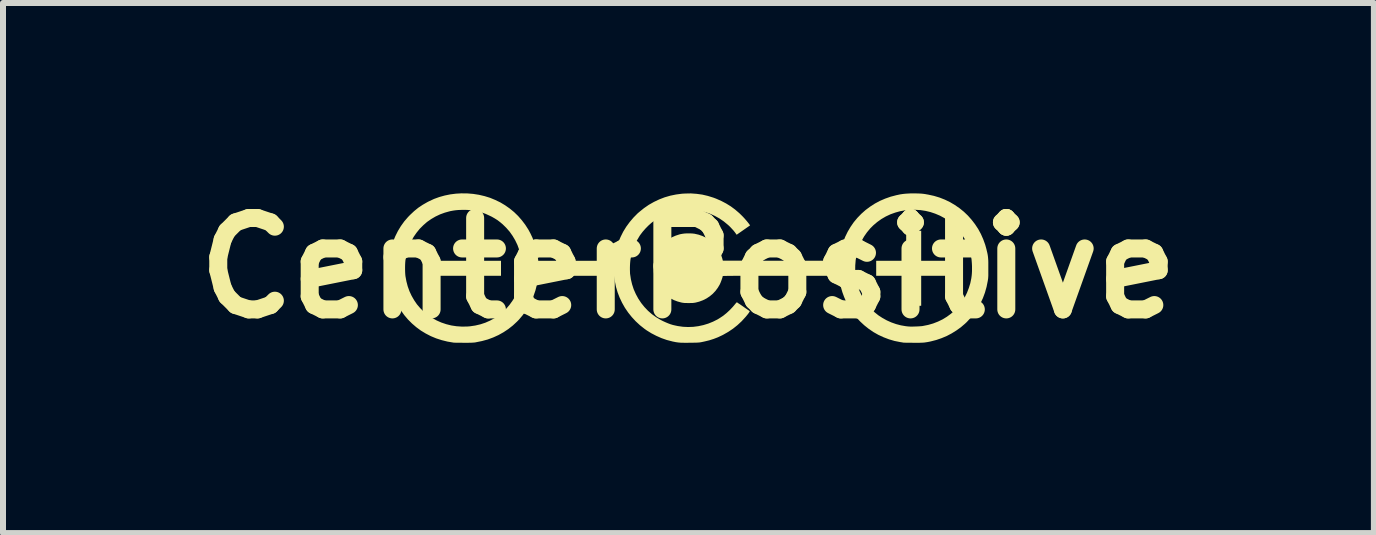
<source format=kicad_pcb>
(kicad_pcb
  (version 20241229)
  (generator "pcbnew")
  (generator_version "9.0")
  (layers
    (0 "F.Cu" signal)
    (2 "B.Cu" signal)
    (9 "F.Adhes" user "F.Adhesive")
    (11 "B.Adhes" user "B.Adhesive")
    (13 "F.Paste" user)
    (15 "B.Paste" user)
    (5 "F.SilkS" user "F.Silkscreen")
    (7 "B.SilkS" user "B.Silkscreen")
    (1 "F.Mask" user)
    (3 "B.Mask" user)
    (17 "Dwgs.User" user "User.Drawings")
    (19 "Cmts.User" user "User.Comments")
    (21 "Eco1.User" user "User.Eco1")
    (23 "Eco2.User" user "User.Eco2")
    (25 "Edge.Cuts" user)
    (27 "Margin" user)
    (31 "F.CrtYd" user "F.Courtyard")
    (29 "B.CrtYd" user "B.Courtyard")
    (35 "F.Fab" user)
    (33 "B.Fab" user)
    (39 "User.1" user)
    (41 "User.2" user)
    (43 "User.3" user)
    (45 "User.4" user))
  (footprint "CenterPositive"
    (layer "F.Cu")
    (at 8.426 1.418)
    (property "Reference" "CenterPositive" (at 0 0 0) (layer "F.SilkS") (effects (font (size 1.524 1.524) (thickness 0.3))))
    (attr board_only exclude_from_pos_files exclude_from_bom)
    (fp_poly (pts (xy -3.125 0.129) (xy -4.375 0.129) (xy -4.375 -0.121) (xy -3.125 -0.121)) (stroke (width 0) (type solid)) (fill yes) (layer "F.SilkS"))
    (fp_poly (pts (xy 3.879 -0.121) (xy 4.379 -0.121) (xy 4.379 0.129) (xy 3.879 0.129) (xy 3.879 0.629) (xy 3.629 0.629) (xy 3.629 0.129) (xy 3.129 0.129) (xy 3.129 -0.121) (xy 3.629 -0.121) (xy 3.629 -0.621) (xy 3.879 -0.621)) (stroke (width 0) (type solid)) (fill yes) (layer "F.SilkS"))
    (fp_poly (pts (xy 3.792 -1.244) (xy 3.827 -1.243) (xy 3.859 -1.242) (xy 3.888 -1.24) (xy 3.916 -1.237) (xy 3.945 -1.233) (xy 3.978 -1.227) (xy 3.996 -1.224) (xy 4.092 -1.203) (xy 4.185 -1.175) (xy 4.274 -1.14) (xy 4.359 -1.099) (xy 4.44 -1.051) (xy 4.517 -0.998) (xy 4.59 -0.939) (xy 4.658 -0.874) (xy 4.72 -0.804) (xy 4.777 -0.73) (xy 4.829 -0.651) (xy 4.874 -0.568) (xy 4.913 -0.48) (xy 4.946 -0.389) (xy 4.967 -0.313) (xy 4.974 -0.282) (xy 4.981 -0.254) (xy 4.986 -0.229) (xy 4.99 -0.205) (xy 4.993 -0.181) (xy 4.995 -0.156) (xy 4.997 -0.129) (xy 4.998 -0.098) (xy 4.998 -0.062) (xy 4.998 -0.02) (xy 4.998 0.004) (xy 4.998 0.043) (xy 4.998 0.076) (xy 4.998 0.103) (xy 4.998 0.125) (xy 4.997 0.143) (xy 4.996 0.159) (xy 4.995 0.173) (xy 4.993 0.186) (xy 4.991 0.199) (xy 4.989 0.213) (xy 4.969 0.313) (xy 4.942 0.409) (xy 4.908 0.501) (xy 4.867 0.589) (xy 4.82 0.673) (xy 4.766 0.753) (xy 4.705 0.829) (xy 4.638 0.901) (xy 4.608 0.929) (xy 4.539 0.988) (xy 4.465 1.041) (xy 4.386 1.09) (xy 4.304 1.133) (xy 4.218 1.169) (xy 4.131 1.199) (xy 4.042 1.222) (xy 4.024 1.226) (xy 3.999 1.231) (xy 3.977 1.235) (xy 3.956 1.238) (xy 3.937 1.241) (xy 3.916 1.243) (xy 3.894 1.244) (xy 3.87 1.245) (xy 3.841 1.246) (xy 3.808 1.246) (xy 3.768 1.246) (xy 3.749 1.246) (xy 3.715 1.245) (xy 3.683 1.245) (xy 3.654 1.245) (xy 3.629 1.245) (xy 3.609 1.244) (xy 3.595 1.244) (xy 3.587 1.244) (xy 3.586 1.244) (xy 3.579 1.242) (xy 3.565 1.24) (xy 3.548 1.237) (xy 3.529 1.234) (xy 3.434 1.215) (xy 3.342 1.188) (xy 3.253 1.154) (xy 3.166 1.114) (xy 3.083 1.067) (xy 3.004 1.013) (xy 2.93 0.954) (xy 2.86 0.889) (xy 2.795 0.819) (xy 2.736 0.743) (xy 2.714 0.711) (xy 2.669 0.64) (xy 2.63 0.564) (xy 2.595 0.484) (xy 2.565 0.402) (xy 2.541 0.319) (xy 2.523 0.237) (xy 2.514 0.17) (xy 2.512 0.156) (xy 2.511 0.143) (xy 2.51 0.138) (xy 2.508 0.129) (xy 1.539 0.129) (xy 1.436 0.129) (xy 1.341 0.129) (xy 1.253 0.129) (xy 1.172 0.129) (xy 1.098 0.129) (xy 1.03 0.129) (xy 0.968 0.129) (xy 0.912 0.129) (xy 0.862 0.129) (xy 0.816 0.129) (xy 0.776 0.129) (xy 0.74 0.13) (xy 0.709 0.13) (xy 0.682 0.13) (xy 0.659 0.13) (xy 0.639 0.131) (xy 0.622 0.131) (xy 0.608 0.131) (xy 0.597 0.132) (xy 0.589 0.132) (xy 0.582 0.133) (xy 0.577 0.133) (xy 0.574 0.134) (xy 0.572 0.134) (xy 0.571 0.135) (xy 0.57 0.136) (xy 0.57 0.137) (xy 0.57 0.137) (xy 0.569 0.145) (xy 0.565 0.16) (xy 0.559 0.178) (xy 0.552 0.199) (xy 0.544 0.22) (xy 0.536 0.241) (xy 0.528 0.259) (xy 0.524 0.269) (xy 0.49 0.327) (xy 0.451 0.38) (xy 0.406 0.428) (xy 0.356 0.47) (xy 0.302 0.506) (xy 0.243 0.536) (xy 0.179 0.56) (xy 0.121 0.575) (xy 0.105 0.578) (xy 0.09 0.58) (xy 0.074 0.582) (xy 0.055 0.583) (xy 0.033 0.583) (xy 0.004 0.584) (xy 0.002 0.584) (xy -0.027 0.583) (xy -0.05 0.583) (xy -0.069 0.582) (xy -0.085 0.58) (xy -0.1 0.578) (xy -0.116 0.575) (xy -0.117 0.575) (xy -0.183 0.557) (xy -0.244 0.534) (xy -0.3 0.506) (xy -0.352 0.471) (xy -0.4 0.429) (xy -0.404 0.426) (xy -0.449 0.377) (xy -0.488 0.324) (xy -0.52 0.268) (xy -0.546 0.208) (xy -0.565 0.143) (xy -0.571 0.115) (xy -0.576 0.085) (xy -0.579 0.049) (xy -0.579 0.042) (xy 2.779 0.042) (xy 2.786 0.13) (xy 2.788 0.14) (xy 2.803 0.226) (xy 2.825 0.309) (xy 2.854 0.39) (xy 2.891 0.467) (xy 2.934 0.541) (xy 2.983 0.611) (xy 3.039 0.676) (xy 3.043 0.68) (xy 3.101 0.736) (xy 3.164 0.787) (xy 3.233 0.832) (xy 3.305 0.872) (xy 3.381 0.906) (xy 3.46 0.934) (xy 3.54 0.955) (xy 3.621 0.969) (xy 3.621 0.969) (xy 3.639 0.971) (xy 3.655 0.973) (xy 3.666 0.974) (xy 3.668 0.974) (xy 3.684 0.975) (xy 3.705 0.976) (xy 3.732 0.976) (xy 3.761 0.975) (xy 3.792 0.974) (xy 3.823 0.973) (xy 3.853 0.971) (xy 3.879 0.969) (xy 3.901 0.967) (xy 3.91 0.965) (xy 3.995 0.948) (xy 4.078 0.924) (xy 4.158 0.893) (xy 4.235 0.856) (xy 4.307 0.812) (xy 4.375 0.762) (xy 4.438 0.706) (xy 4.497 0.644) (xy 4.514 0.623) (xy 4.563 0.557) (xy 4.606 0.486) (xy 4.643 0.411) (xy 4.673 0.333) (xy 4.698 0.252) (xy 4.715 0.169) (xy 4.721 0.123) (xy 4.724 0.089) (xy 4.726 0.051) (xy 4.726 0.01) (xy 4.726 -0.033) (xy 4.724 -0.075) (xy 4.721 -0.114) (xy 4.718 -0.148) (xy 4.715 -0.164) (xy 4.697 -0.251) (xy 4.671 -0.335) (xy 4.639 -0.415) (xy 4.601 -0.491) (xy 4.555 -0.562) (xy 4.504 -0.63) (xy 4.464 -0.674) (xy 4.402 -0.733) (xy 4.336 -0.786) (xy 4.266 -0.833) (xy 4.192 -0.873) (xy 4.114 -0.906) (xy 4.034 -0.933) (xy 3.951 -0.953) (xy 3.866 -0.966) (xy 3.779 -0.971) (xy 3.691 -0.97) (xy 3.617 -0.963) (xy 3.531 -0.948) (xy 3.448 -0.925) (xy 3.367 -0.896) (xy 3.29 -0.86) (xy 3.216 -0.817) (xy 3.147 -0.768) (xy 3.082 -0.713) (xy 3.029 -0.66) (xy 2.975 -0.595) (xy 2.927 -0.526) (xy 2.886 -0.453) (xy 2.851 -0.377) (xy 2.823 -0.298) (xy 2.802 -0.216) (xy 2.787 -0.131) (xy 2.78 -0.045) (xy 2.779 0.042) (xy -0.579 0.042) (xy -0.58 0.01) (xy -0.58 -0.028) (xy -0.578 -0.065) (xy -0.574 -0.097) (xy -0.573 -0.102) (xy -0.557 -0.169) (xy -0.534 -0.232) (xy -0.506 -0.291) (xy -0.471 -0.346) (xy -0.43 -0.395) (xy -0.383 -0.44) (xy -0.332 -0.479) (xy -0.275 -0.513) (xy -0.214 -0.54) (xy -0.149 -0.561) (xy -0.133 -0.565) (xy -0.1 -0.571) (xy -0.061 -0.576) (xy -0.019 -0.578) (xy 0.023 -0.578) (xy 0.063 -0.576) (xy 0.1 -0.572) (xy 0.105 -0.571) (xy 0.17 -0.556) (xy 0.233 -0.534) (xy 0.291 -0.506) (xy 0.346 -0.472) (xy 0.396 -0.432) (xy 0.441 -0.387) (xy 0.48 -0.337) (xy 0.514 -0.282) (xy 0.542 -0.224) (xy 0.563 -0.161) (xy 0.564 -0.156) (xy 0.573 -0.123) (xy 1.54 -0.122) (xy 1.643 -0.122) (xy 1.738 -0.122) (xy 1.826 -0.122) (xy 1.907 -0.122) (xy 1.982 -0.122) (xy 2.05 -0.122) (xy 2.112 -0.122) (xy 2.168 -0.122) (xy 2.218 -0.122) (xy 2.263 -0.122) (xy 2.304 -0.122) (xy 2.34 -0.122) (xy 2.371 -0.122) (xy 2.398 -0.122) (xy 2.421 -0.123) (xy 2.441 -0.123) (xy 2.458 -0.123) (xy 2.472 -0.124) (xy 2.483 -0.124) (xy 2.491 -0.124) (xy 2.498 -0.125) (xy 2.503 -0.125) (xy 2.506 -0.126) (xy 2.508 -0.127) (xy 2.509 -0.127) (xy 2.509 -0.128) (xy 2.511 -0.135) (xy 2.512 -0.147) (xy 2.514 -0.162) (xy 2.52 -0.208) (xy 2.529 -0.258) (xy 2.541 -0.311) (xy 2.556 -0.366) (xy 2.573 -0.419) (xy 2.577 -0.43) (xy 2.612 -0.52) (xy 2.654 -0.606) (xy 2.702 -0.687) (xy 2.756 -0.765) (xy 2.816 -0.837) (xy 2.881 -0.904) (xy 2.952 -0.967) (xy 3.027 -1.023) (xy 3.106 -1.074) (xy 3.19 -1.119) (xy 3.278 -1.157) (xy 3.369 -1.189) (xy 3.464 -1.214) (xy 3.492 -1.22) (xy 3.529 -1.228) (xy 3.563 -1.233) (xy 3.595 -1.237) (xy 3.628 -1.24) (xy 3.662 -1.242) (xy 3.701 -1.244) (xy 3.745 -1.244) (xy 3.75 -1.244)) (stroke (width 0) (type solid)) (fill yes) (layer "F.SilkS"))
    (fp_poly (pts (xy -3.687 -1.244) (xy -3.589 -1.236) (xy -3.493 -1.221) (xy -3.399 -1.199) (xy -3.308 -1.171) (xy -3.221 -1.135) (xy -3.136 -1.094) (xy -3.056 -1.046) (xy -2.979 -0.992) (xy -2.907 -0.933) (xy -2.84 -0.868) (xy -2.778 -0.797) (xy -2.721 -0.722) (xy -2.669 -0.641) (xy -2.635 -0.578) (xy -2.6 -0.504) (xy -2.571 -0.428) (xy -2.547 -0.35) (xy -2.527 -0.268) (xy -2.512 -0.182) (xy -2.506 -0.14) (xy -2.504 -0.121) (xy -1.243 -0.121) (xy -1.241 -0.134) (xy -1.232 -0.19) (xy -1.223 -0.24) (xy -1.213 -0.284) (xy -1.203 -0.325) (xy -1.192 -0.364) (xy -1.179 -0.403) (xy -1.17 -0.427) (xy -1.132 -0.518) (xy -1.088 -0.606) (xy -1.037 -0.689) (xy -0.979 -0.768) (xy -0.916 -0.842) (xy -0.848 -0.911) (xy -0.82 -0.935) (xy -0.742 -0.998) (xy -0.661 -1.054) (xy -0.576 -1.102) (xy -0.488 -1.144) (xy -0.397 -1.179) (xy -0.304 -1.206) (xy -0.207 -1.226) (xy -0.108 -1.239) (xy -0.057 -1.242) (xy 0.04 -1.244) (xy 0.136 -1.237) (xy 0.231 -1.224) (xy 0.324 -1.202) (xy 0.417 -1.173) (xy 0.462 -1.156) (xy 0.548 -1.118) (xy 0.628 -1.076) (xy 0.704 -1.029) (xy 0.776 -0.976) (xy 0.846 -0.916) (xy 0.878 -0.885) (xy 0.905 -0.858) (xy 0.933 -0.828) (xy 0.961 -0.796) (xy 0.986 -0.766) (xy 1.008 -0.738) (xy 1.011 -0.734) (xy 1.027 -0.711) (xy 0.915 -0.633) (xy 0.803 -0.555) (xy 0.786 -0.579) (xy 0.77 -0.601) (xy 0.749 -0.627) (xy 0.725 -0.653) (xy 0.7 -0.68) (xy 0.676 -0.704) (xy 0.658 -0.72) (xy 0.589 -0.777) (xy 0.516 -0.827) (xy 0.44 -0.869) (xy 0.36 -0.905) (xy 0.277 -0.933) (xy 0.191 -0.955) (xy 0.141 -0.964) (xy 0.116 -0.967) (xy 0.086 -0.969) (xy 0.051 -0.97) (xy 0.015 -0.971) (xy -0.022 -0.971) (xy -0.058 -0.97) (xy -0.091 -0.968) (xy -0.119 -0.966) (xy -0.136 -0.964) (xy -0.224 -0.946) (xy -0.307 -0.923) (xy -0.385 -0.893) (xy -0.46 -0.857) (xy -0.489 -0.841) (xy -0.518 -0.824) (xy -0.542 -0.809) (xy -0.564 -0.794) (xy -0.586 -0.777) (xy -0.611 -0.758) (xy -0.62 -0.751) (xy -0.67 -0.706) (xy -0.719 -0.656) (xy -0.765 -0.603) (xy -0.805 -0.55) (xy -0.815 -0.535) (xy -0.86 -0.459) (xy -0.898 -0.38) (xy -0.929 -0.298) (xy -0.953 -0.213) (xy -0.967 -0.141) (xy -0.97 -0.114) (xy -0.973 -0.081) (xy -0.975 -0.045) (xy -0.976 -0.008) (xy -0.976 0.029) (xy -0.975 0.063) (xy -0.974 0.092) (xy -0.973 0.1) (xy -0.96 0.187) (xy -0.94 0.271) (xy -0.913 0.354) (xy -0.878 0.433) (xy -0.837 0.509) (xy -0.837 0.509) (xy -0.788 0.583) (xy -0.734 0.65) (xy -0.675 0.712) (xy -0.611 0.768) (xy -0.542 0.818) (xy -0.468 0.862) (xy -0.428 0.883) (xy -0.382 0.904) (xy -0.339 0.922) (xy -0.299 0.937) (xy -0.259 0.949) (xy -0.215 0.959) (xy -0.177 0.967) (xy -0.092 0.979) (xy -0.007 0.983) (xy 0.079 0.98) (xy 0.164 0.969) (xy 0.248 0.951) (xy 0.33 0.926) (xy 0.409 0.894) (xy 0.485 0.856) (xy 0.519 0.835) (xy 0.578 0.796) (xy 0.635 0.75) (xy 0.69 0.699) (xy 0.74 0.646) (xy 0.767 0.614) (xy 0.78 0.598) (xy 0.791 0.585) (xy 0.8 0.576) (xy 0.805 0.571) (xy 0.806 0.57) (xy 0.809 0.572) (xy 0.819 0.578) (xy 0.832 0.588) (xy 0.85 0.599) (xy 0.87 0.613) (xy 0.892 0.628) (xy 0.915 0.644) (xy 0.937 0.66) (xy 0.959 0.675) (xy 0.979 0.689) (xy 0.996 0.701) (xy 1.01 0.71) (xy 1.018 0.717) (xy 1.021 0.719) (xy 1.021 0.724) (xy 1.015 0.733) (xy 1.006 0.747) (xy 0.993 0.765) (xy 0.976 0.786) (xy 0.957 0.809) (xy 0.951 0.816) (xy 0.886 0.887) (xy 0.816 0.952) (xy 0.742 1.011) (xy 0.663 1.064) (xy 0.577 1.113) (xy 0.561 1.121) (xy 0.491 1.154) (xy 0.421 1.181) (xy 0.346 1.205) (xy 0.267 1.224) (xy 0.225 1.233) (xy 0.21 1.236) (xy 0.198 1.238) (xy 0.185 1.24) (xy 0.173 1.241) (xy 0.158 1.242) (xy 0.142 1.243) (xy 0.121 1.244) (xy 0.097 1.244) (xy 0.066 1.245) (xy 0.03 1.245) (xy 0.02 1.245) (xy -0.025 1.246) (xy -0.062 1.246) (xy -0.094 1.245) (xy -0.122 1.245) (xy -0.146 1.243) (xy -0.169 1.241) (xy -0.19 1.238) (xy -0.212 1.235) (xy -0.236 1.23) (xy -0.262 1.225) (xy -0.273 1.222) (xy -0.362 1.199) (xy -0.45 1.168) (xy -0.536 1.13) (xy -0.619 1.087) (xy -0.698 1.038) (xy -0.733 1.013) (xy -0.809 0.953) (xy -0.88 0.887) (xy -0.945 0.817) (xy -1.005 0.742) (xy -1.059 0.663) (xy -1.106 0.58) (xy -1.147 0.494) (xy -1.181 0.406) (xy -1.208 0.315) (xy -1.227 0.222) (xy -1.231 0.201) (xy -1.234 0.181) (xy -1.237 0.162) (xy -1.239 0.148) (xy -1.24 0.139) (xy -1.241 0.138) (xy -1.242 0.129) (xy -2.503 0.129) (xy -2.506 0.144) (xy -2.507 0.154) (xy -2.509 0.17) (xy -2.512 0.187) (xy -2.512 0.191) (xy -2.528 0.282) (xy -2.551 0.373) (xy -2.581 0.461) (xy -2.617 0.548) (xy -2.661 0.632) (xy -2.71 0.712) (xy -2.765 0.788) (xy -2.825 0.859) (xy -2.855 0.89) (xy -2.927 0.957) (xy -3.003 1.017) (xy -3.083 1.07) (xy -3.167 1.117) (xy -3.255 1.157) (xy -3.347 1.191) (xy -3.443 1.217) (xy -3.542 1.237) (xy -3.551 1.239) (xy -3.565 1.241) (xy -3.578 1.242) (xy -3.592 1.243) (xy -3.608 1.244) (xy -3.627 1.245) (xy -3.649 1.245) (xy -3.676 1.246) (xy -3.709 1.246) (xy -3.749 1.246) (xy -3.752 1.246) (xy -3.786 1.245) (xy -3.819 1.245) (xy -3.848 1.245) (xy -3.873 1.245) (xy -3.893 1.244) (xy -3.908 1.244) (xy -3.916 1.243) (xy -3.916 1.243) (xy -4.016 1.226) (xy -4.113 1.202) (xy -4.206 1.172) (xy -4.295 1.135) (xy -4.38 1.091) (xy -4.461 1.042) (xy -4.537 0.986) (xy -4.609 0.924) (xy -4.676 0.857) (xy -4.737 0.785) (xy -4.793 0.707) (xy -4.843 0.624) (xy -4.867 0.578) (xy -4.906 0.493) (xy -4.938 0.407) (xy -4.963 0.32) (xy -4.981 0.23) (xy -4.993 0.137) (xy -4.999 0.04) (xy -4.999 0.039) (xy -4.999 -0.019) (xy -4.724 -0.019) (xy -4.724 0.023) (xy -4.723 0.064) (xy -4.721 0.101) (xy -4.718 0.133) (xy -4.702 0.221) (xy -4.68 0.305) (xy -4.651 0.386) (xy -4.615 0.463) (xy -4.573 0.536) (xy -4.526 0.605) (xy -4.472 0.668) (xy -4.413 0.727) (xy -4.349 0.78) (xy -4.279 0.828) (xy -4.204 0.87) (xy -4.199 0.873) (xy -4.12 0.908) (xy -4.037 0.936) (xy -3.953 0.957) (xy -3.866 0.97) (xy -3.779 0.976) (xy -3.69 0.975) (xy -3.641 0.971) (xy -3.553 0.958) (xy -3.468 0.938) (xy -3.386 0.911) (xy -3.309 0.877) (xy -3.235 0.837) (xy -3.165 0.79) (xy -3.1 0.738) (xy -3.039 0.679) (xy -2.983 0.614) (xy -2.933 0.544) (xy -2.909 0.506) (xy -2.871 0.434) (xy -2.839 0.357) (xy -2.813 0.277) (xy -2.794 0.195) (xy -2.782 0.111) (xy -2.776 0.026) (xy -2.777 -0.06) (xy -2.786 -0.145) (xy -2.799 -0.221) (xy -2.822 -0.305) (xy -2.851 -0.385) (xy -2.888 -0.462) (xy -2.931 -0.535) (xy -2.98 -0.605) (xy -3.036 -0.669) (xy -3.055 -0.688) (xy -3.098 -0.73) (xy -3.141 -0.766) (xy -3.183 -0.798) (xy -3.229 -0.827) (xy -3.278 -0.855) (xy -3.311 -0.871) (xy -3.383 -0.904) (xy -3.456 -0.929) (xy -3.53 -0.949) (xy -3.607 -0.962) (xy -3.687 -0.969) (xy -3.75 -0.97) (xy -3.799 -0.969) (xy -3.843 -0.967) (xy -3.884 -0.963) (xy -3.925 -0.957) (xy -3.968 -0.949) (xy -3.977 -0.947) (xy -4.06 -0.924) (xy -4.14 -0.895) (xy -4.216 -0.859) (xy -4.288 -0.817) (xy -4.357 -0.769) (xy -4.42 -0.714) (xy -4.479 -0.655) (xy -4.532 -0.59) (xy -4.58 -0.521) (xy -4.621 -0.447) (xy -4.643 -0.401) (xy -4.673 -0.321) (xy -4.697 -0.238) (xy -4.714 -0.151) (xy -4.718 -0.129) (xy -4.721 -0.097) (xy -4.723 -0.06) (xy -4.724 -0.019) (xy -4.999 -0.019) (xy -4.998 -0.062) (xy -4.99 -0.161) (xy -4.975 -0.257) (xy -4.952 -0.352) (xy -4.923 -0.444) (xy -4.886 -0.532) (xy -4.843 -0.618) (xy -4.794 -0.699) (xy -4.738 -0.777) (xy -4.675 -0.85) (xy -4.642 -0.884) (xy -4.574 -0.948) (xy -4.504 -1.005) (xy -4.429 -1.055) (xy -4.349 -1.101) (xy -4.327 -1.112) (xy -4.241 -1.152) (xy -4.153 -1.184) (xy -4.063 -1.209) (xy -3.97 -1.228) (xy -3.875 -1.24) (xy -3.787 -1.245)) (stroke (width 0) (type solid)) (fill yes) (layer "F.SilkS")))
  (gr_rect
    (start -3 -3)
    (end 19.851 5.836)
    (stroke (width 0.1) (type default))
    (fill no)
    (layer "Edge.Cuts")))
</source>
